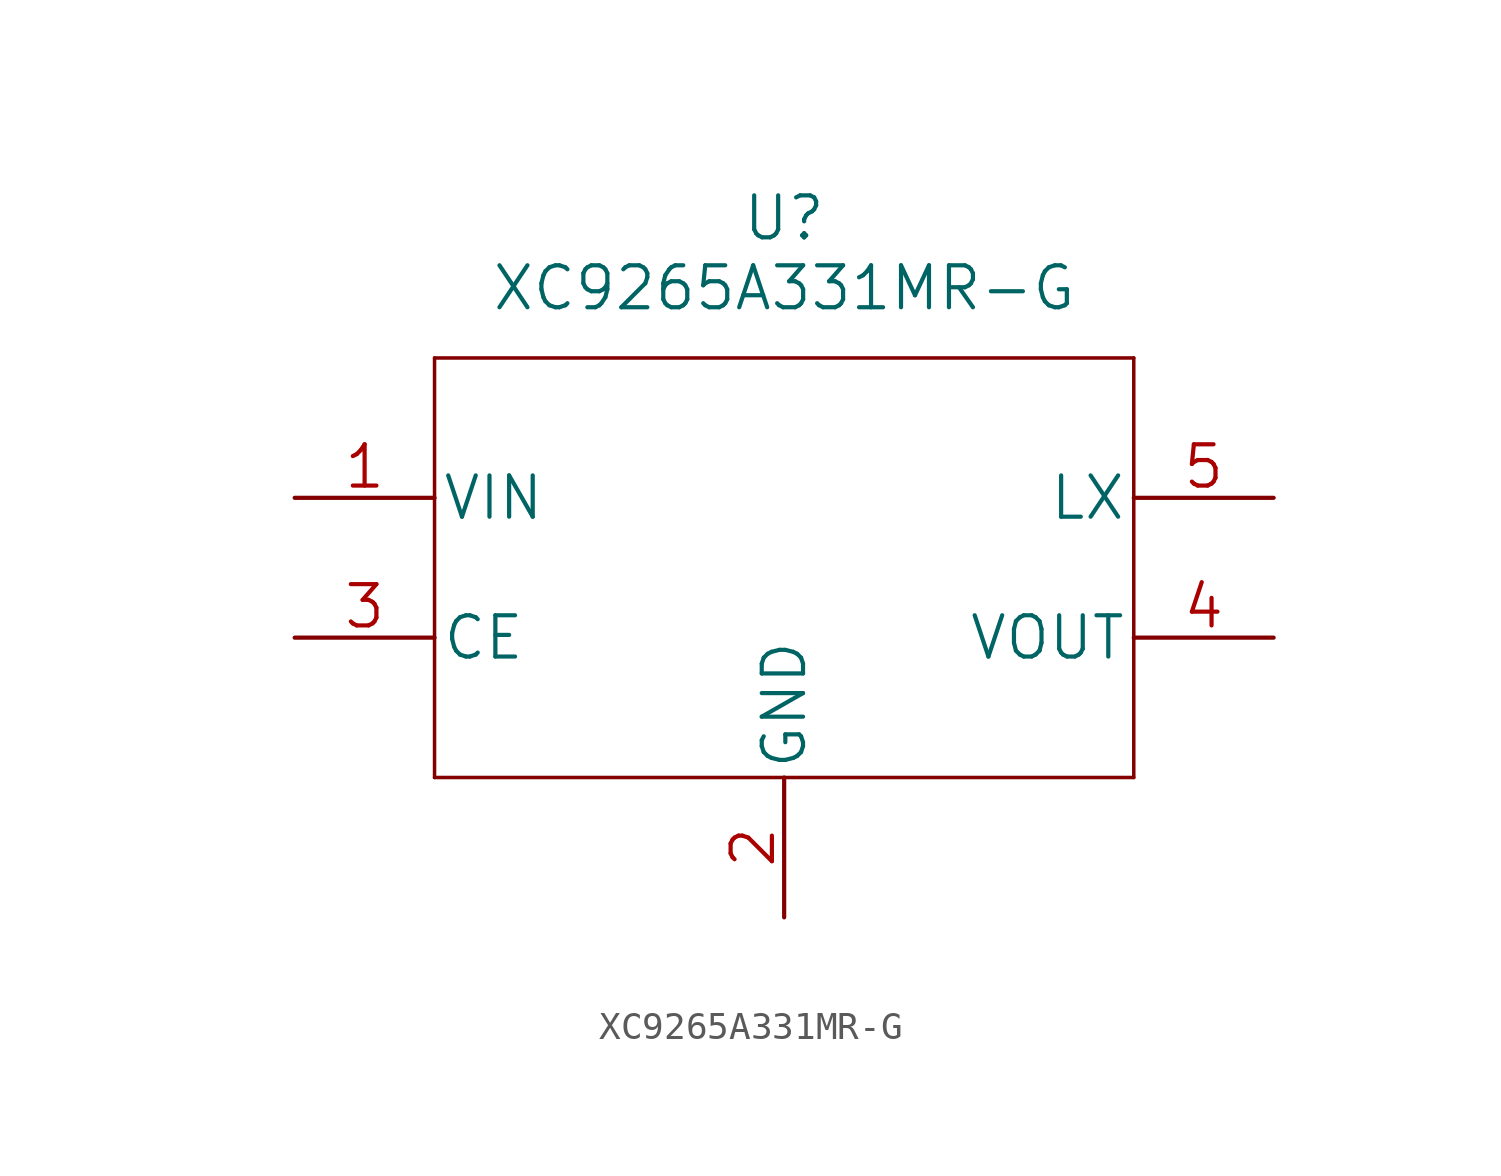
<source format=kicad_sym>
(kicad_symbol_lib
  (version 20211014)
  (generator kicad_symbol_editor)
  (symbol "XC9265A331MR-G"
    (pin_names
      (offset 0.254))
    (property "Reference" "U"
      (at 20.32 10.16 0)
      (effects (font (size 1.524 1.524))))
    (property "Value" "XC9265A331MR-G"
      (at 20.32 7.62 0)
      (effects (font (size 1.524 1.524))))
    (property "Datasheet" ""
      (at 0 0 0)
      (effects (font (size 1.524 1.524))))
    (property "ki_locked" ""
      (at 0 0 0)
      (effects (font (size 1.27 1.27))))
    (symbol "XC9265A331MR-G_1_1"
      (polyline (pts (xy 7.62 -10.16) (xy 33.02 -10.16)) (stroke (width 0.127) (type default) (color 0 0 0 0)) (fill (type none)))
      (polyline (pts (xy 7.62 5.08) (xy 7.62 -10.16)) (stroke (width 0.127) (type default) (color 0 0 0 0)) (fill (type none)))
      (polyline (pts (xy 33.02 -10.16) (xy 33.02 5.08)) (stroke (width 0.127) (type default) (color 0 0 0 0)) (fill (type none)))
      (polyline (pts (xy 33.02 5.08) (xy 7.62 5.08)) (stroke (width 0.127) (type default) (color 0 0 0 0)) (fill (type none)))
      (pin power_in line (at 2.54 0 0) (length 5.08) (name "VIN" (effects (font (size 1.499 1.499)))) (number "1" (effects (font (size 1.499 1.499)))))
      (pin power_in line (at 20.32 -15.24 90) (length 5.08) (name "GND" (effects (font (size 1.499 1.499)))) (number "2" (effects (font (size 1.499 1.499)))))
      (pin unspecified line (at 2.54 -5.08 0) (length 5.08) (name "CE" (effects (font (size 1.499 1.499)))) (number "3" (effects (font (size 1.499 1.499)))))
      (pin power_out line (at 38.1 -5.08 180) (length 5.08) (name "VOUT" (effects (font (size 1.499 1.499)))) (number "4" (effects (font (size 1.499 1.499)))))
      (pin power_out line (at 38.1 0 180) (length 5.08) (name "LX" (effects (font (size 1.499 1.499)))) (number "5" (effects (font (size 1.499 1.499))))))))
</source>
